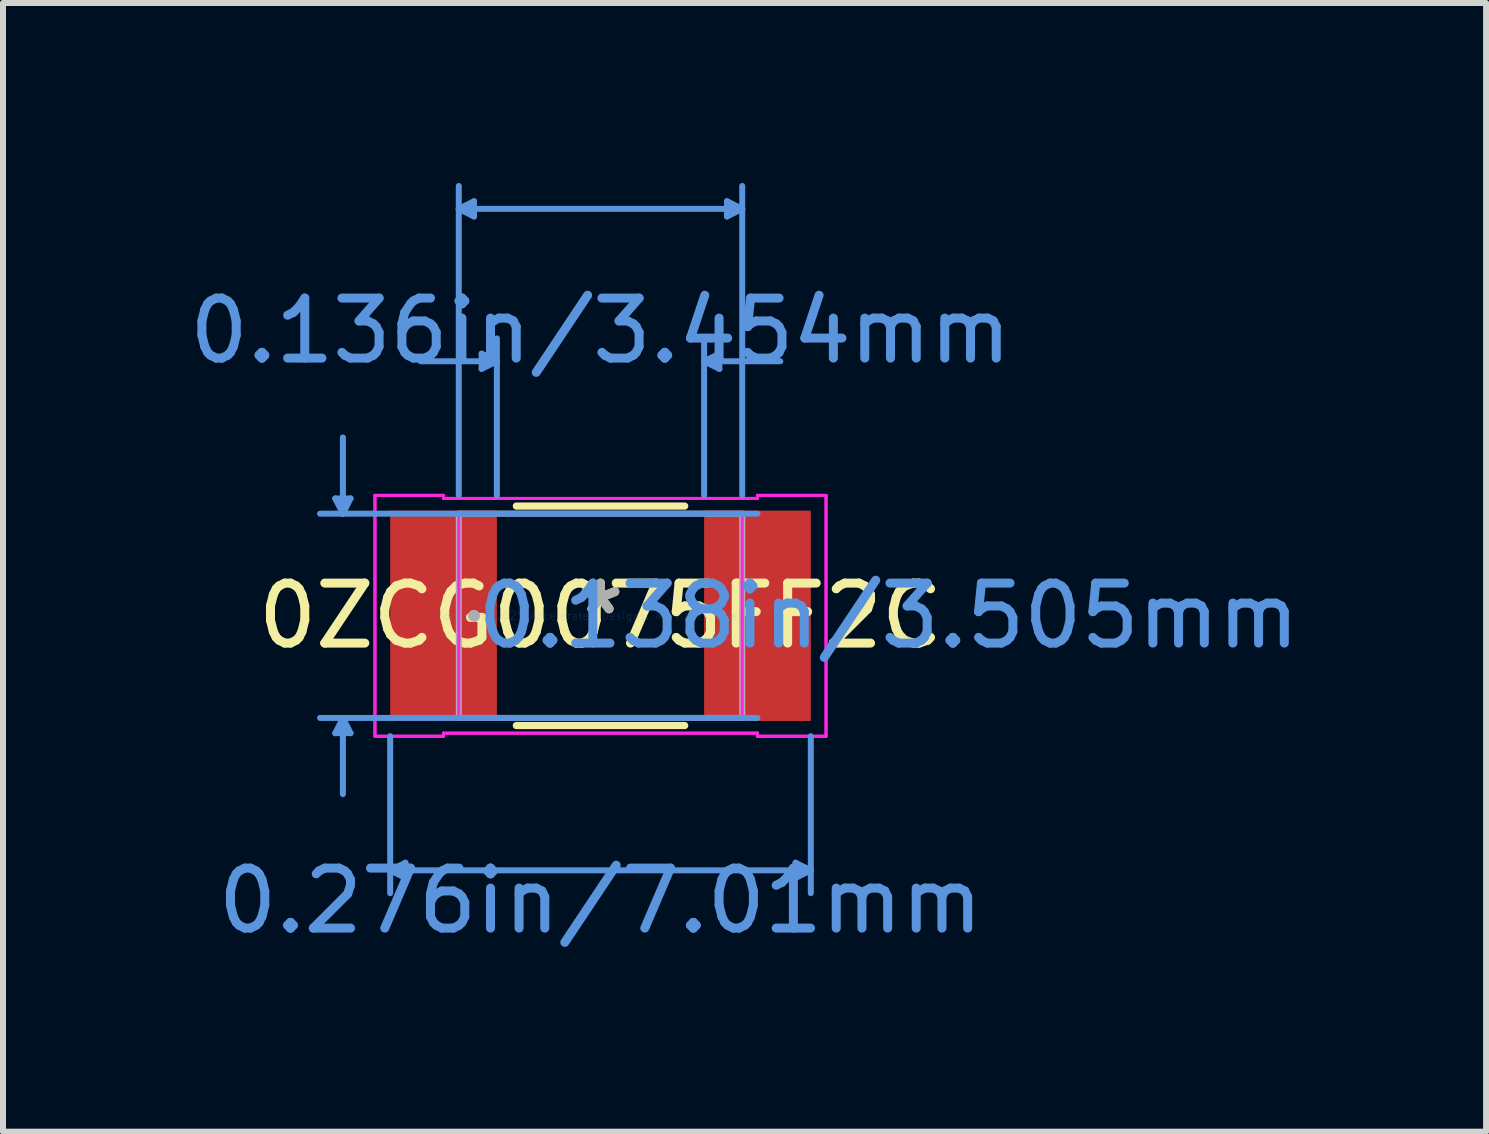
<source format=kicad_pcb>
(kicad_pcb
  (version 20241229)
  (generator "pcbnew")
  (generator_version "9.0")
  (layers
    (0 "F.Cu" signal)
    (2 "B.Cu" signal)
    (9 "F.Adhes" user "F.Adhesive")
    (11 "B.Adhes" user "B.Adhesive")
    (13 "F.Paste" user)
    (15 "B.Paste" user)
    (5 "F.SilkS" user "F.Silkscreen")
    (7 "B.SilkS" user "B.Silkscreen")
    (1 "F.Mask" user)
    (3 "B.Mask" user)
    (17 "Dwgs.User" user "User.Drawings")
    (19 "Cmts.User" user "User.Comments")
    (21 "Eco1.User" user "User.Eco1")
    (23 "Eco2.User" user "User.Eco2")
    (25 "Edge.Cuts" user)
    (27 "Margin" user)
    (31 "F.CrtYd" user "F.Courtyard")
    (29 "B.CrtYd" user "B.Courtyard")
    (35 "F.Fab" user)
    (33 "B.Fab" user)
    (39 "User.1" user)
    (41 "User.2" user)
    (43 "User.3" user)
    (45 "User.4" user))
  (footprint "0ZCG0075FF2C"
    (layer "F.Cu")
    (at 6.958 7.213)
    (property "Reference" "0ZCG0075FF2C" (at 0 0 0) (layer "F.SilkS") (effects (font (size 1 1) (thickness 0.15))))
    (attr through_hole)
    (fp_line (start -1.403 1.829) (end 1.403 1.829) (stroke (width 0.12) (type solid)) (layer "F.SilkS"))
    (fp_line (start 1.403 -1.829) (end -1.403 -1.829) (stroke (width 0.12) (type solid)) (layer "F.SilkS"))
    (fp_line (start -4.42 -1.956) (end -4.166 -1.956) (stroke (width 0.1) (type solid)) (layer "Cmts.User"))
    (fp_line (start -4.42 1.956) (end -4.166 1.956) (stroke (width 0.1) (type solid)) (layer "Cmts.User"))
    (fp_line (start -4.293 -1.702) (end -4.42 -1.956) (stroke (width 0.1) (type solid)) (layer "Cmts.User"))
    (fp_line (start -4.293 -1.702) (end -4.293 -2.972) (stroke (width 0.1) (type solid)) (layer "Cmts.User"))
    (fp_line (start -4.293 -1.702) (end -4.166 -1.956) (stroke (width 0.1) (type solid)) (layer "Cmts.User"))
    (fp_line (start -4.293 1.702) (end -4.42 1.956) (stroke (width 0.1) (type solid)) (layer "Cmts.User"))
    (fp_line (start -4.293 1.702) (end -4.293 2.972) (stroke (width 0.1) (type solid)) (layer "Cmts.User"))
    (fp_line (start -4.293 1.702) (end -4.166 1.956) (stroke (width 0.1) (type solid)) (layer "Cmts.User"))
    (fp_line (start -3.505 2.007) (end -3.505 4.623) (stroke (width 0.1) (type solid)) (layer "Cmts.User"))
    (fp_line (start -3.505 4.242) (end -3.251 4.115) (stroke (width 0.1) (type solid)) (layer "Cmts.User"))
    (fp_line (start -3.505 4.242) (end -3.251 4.369) (stroke (width 0.1) (type solid)) (layer "Cmts.User"))
    (fp_line (start -3.505 4.242) (end 3.505 4.242) (stroke (width 0.1) (type solid)) (layer "Cmts.User"))
    (fp_line (start -3.251 4.115) (end -3.251 4.369) (stroke (width 0.1) (type solid)) (layer "Cmts.User"))
    (fp_line (start -2.362 -6.782) (end -2.108 -6.909) (stroke (width 0.1) (type solid)) (layer "Cmts.User"))
    (fp_line (start -2.362 -6.782) (end -2.108 -6.655) (stroke (width 0.1) (type solid)) (layer "Cmts.User"))
    (fp_line (start -2.362 -6.782) (end 2.362 -6.782) (stroke (width 0.1) (type solid)) (layer "Cmts.User"))
    (fp_line (start -2.362 -2.007) (end -2.362 -7.163) (stroke (width 0.1) (type solid)) (layer "Cmts.User"))
    (fp_line (start -2.108 -6.909) (end -2.108 -6.655) (stroke (width 0.1) (type solid)) (layer "Cmts.User"))
    (fp_line (start -1.981 -4.369) (end -1.981 -4.115) (stroke (width 0.1) (type solid)) (layer "Cmts.User"))
    (fp_line (start -1.727 -4.242) (end -2.997 -4.242) (stroke (width 0.1) (type solid)) (layer "Cmts.User"))
    (fp_line (start -1.727 -4.242) (end -1.981 -4.369) (stroke (width 0.1) (type solid)) (layer "Cmts.User"))
    (fp_line (start -1.727 -4.242) (end -1.981 -4.115) (stroke (width 0.1) (type solid)) (layer "Cmts.User"))
    (fp_line (start -1.727 -2.007) (end -1.727 -4.623) (stroke (width 0.1) (type solid)) (layer "Cmts.User"))
    (fp_line (start 1.727 -4.242) (end 1.981 -4.369) (stroke (width 0.1) (type solid)) (layer "Cmts.User"))
    (fp_line (start 1.727 -4.242) (end 1.981 -4.115) (stroke (width 0.1) (type solid)) (layer "Cmts.User"))
    (fp_line (start 1.727 -4.242) (end 2.997 -4.242) (stroke (width 0.1) (type solid)) (layer "Cmts.User"))
    (fp_line (start 1.727 -2.007) (end 1.727 -4.623) (stroke (width 0.1) (type solid)) (layer "Cmts.User"))
    (fp_line (start 1.981 -4.369) (end 1.981 -4.115) (stroke (width 0.1) (type solid)) (layer "Cmts.User"))
    (fp_line (start 2.108 -6.909) (end 2.108 -6.655) (stroke (width 0.1) (type solid)) (layer "Cmts.User"))
    (fp_line (start 2.362 -6.782) (end 2.108 -6.909) (stroke (width 0.1) (type solid)) (layer "Cmts.User"))
    (fp_line (start 2.362 -6.782) (end 2.108 -6.655) (stroke (width 0.1) (type solid)) (layer "Cmts.User"))
    (fp_line (start 2.362 -2.007) (end 2.362 -7.163) (stroke (width 0.1) (type solid)) (layer "Cmts.User"))
    (fp_line (start 2.616 -1.702) (end -4.674 -1.702) (stroke (width 0.1) (type solid)) (layer "Cmts.User"))
    (fp_line (start 2.616 1.702) (end -4.674 1.702) (stroke (width 0.1) (type solid)) (layer "Cmts.User"))
    (fp_line (start 3.251 4.115) (end 3.251 4.369) (stroke (width 0.1) (type solid)) (layer "Cmts.User"))
    (fp_line (start 3.505 2.007) (end 3.505 4.623) (stroke (width 0.1) (type solid)) (layer "Cmts.User"))
    (fp_line (start 3.505 4.242) (end 3.251 4.115) (stroke (width 0.1) (type solid)) (layer "Cmts.User"))
    (fp_line (start 3.505 4.242) (end 3.251 4.369) (stroke (width 0.1) (type solid)) (layer "Cmts.User"))
    (fp_line (start -3.759 -2.007) (end -2.616 -2.007) (stroke (width 0.05) (type solid)) (layer "F.CrtYd"))
    (fp_line (start -3.759 -2.007) (end -2.616 -2.007) (stroke (width 0.05) (type solid)) (layer "F.CrtYd"))
    (fp_line (start -3.759 2.007) (end -3.759 -2.007) (stroke (width 0.05) (type solid)) (layer "F.CrtYd"))
    (fp_line (start -3.759 2.007) (end -3.759 -2.007) (stroke (width 0.05) (type solid)) (layer "F.CrtYd"))
    (fp_line (start -3.759 2.007) (end -2.616 2.007) (stroke (width 0.05) (type solid)) (layer "F.CrtYd"))
    (fp_line (start -2.616 -2.007) (end -2.616 -1.956) (stroke (width 0.05) (type solid)) (layer "F.CrtYd"))
    (fp_line (start -2.616 -2.007) (end -2.616 -1.956) (stroke (width 0.05) (type solid)) (layer "F.CrtYd"))
    (fp_line (start -2.616 -1.956) (end 2.616 -1.956) (stroke (width 0.05) (type solid)) (layer "F.CrtYd"))
    (fp_line (start -2.616 -1.956) (end 2.616 -1.956) (stroke (width 0.05) (type solid)) (layer "F.CrtYd"))
    (fp_line (start -2.616 1.956) (end -2.616 2.007) (stroke (width 0.05) (type solid)) (layer "F.CrtYd"))
    (fp_line (start -2.616 1.956) (end 2.616 1.956) (stroke (width 0.05) (type solid)) (layer "F.CrtYd"))
    (fp_line (start -2.616 2.007) (end -3.759 2.007) (stroke (width 0.05) (type solid)) (layer "F.CrtYd"))
    (fp_line (start -2.616 2.007) (end -2.616 1.956) (stroke (width 0.05) (type solid)) (layer "F.CrtYd"))
    (fp_line (start -2.362 -1.702) (end 2.362 -1.702) (stroke (width 0.05) (type solid)) (layer "F.CrtYd"))
    (fp_line (start -2.362 1.702) (end -2.362 -1.702) (stroke (width 0.05) (type solid)) (layer "F.CrtYd"))
    (fp_line (start 2.362 -1.702) (end 2.362 1.702) (stroke (width 0.05) (type solid)) (layer "F.CrtYd"))
    (fp_line (start 2.362 1.702) (end -2.362 1.702) (stroke (width 0.05) (type solid)) (layer "F.CrtYd"))
    (fp_line (start 2.616 -2.007) (end 3.759 -2.007) (stroke (width 0.05) (type solid)) (layer "F.CrtYd"))
    (fp_line (start 2.616 -2.007) (end 3.759 -2.007) (stroke (width 0.05) (type solid)) (layer "F.CrtYd"))
    (fp_line (start 2.616 -1.956) (end 2.616 -2.007) (stroke (width 0.05) (type solid)) (layer "F.CrtYd"))
    (fp_line (start 2.616 -1.956) (end 2.616 -2.007) (stroke (width 0.05) (type solid)) (layer "F.CrtYd"))
    (fp_line (start 2.616 1.956) (end -2.616 1.956) (stroke (width 0.05) (type solid)) (layer "F.CrtYd"))
    (fp_line (start 2.616 1.956) (end 2.616 1.956) (stroke (width 0.05) (type solid)) (layer "F.CrtYd"))
    (fp_line (start 2.616 1.956) (end 2.616 2.007) (stroke (width 0.05) (type solid)) (layer "F.CrtYd"))
    (fp_line (start 2.616 2.007) (end 2.616 1.956) (stroke (width 0.05) (type solid)) (layer "F.CrtYd"))
    (fp_line (start 2.616 2.007) (end 3.759 2.007) (stroke (width 0.05) (type solid)) (layer "F.CrtYd"))
    (fp_line (start 3.759 -2.007) (end 3.759 2.007) (stroke (width 0.05) (type solid)) (layer "F.CrtYd"))
    (fp_line (start 3.759 -2.007) (end 3.759 2.007) (stroke (width 0.05) (type solid)) (layer "F.CrtYd"))
    (fp_line (start 3.759 2.007) (end 2.616 2.007) (stroke (width 0.05) (type solid)) (layer "F.CrtYd"))
    (fp_line (start -2.362 -1.702) (end -2.362 1.702) (stroke (width 0.1) (type solid)) (layer "F.Fab"))
    (fp_line (start -2.362 1.702) (end 2.362 1.702) (stroke (width 0.1) (type solid)) (layer "F.Fab"))
    (fp_line (start 2.362 -1.702) (end -2.362 -1.702) (stroke (width 0.1) (type solid)) (layer "F.Fab"))
    (fp_line (start 2.362 1.702) (end 2.362 -1.702) (stroke (width 0.1) (type solid)) (layer "F.Fab"))
    (fp_circle (center -2.108 0) (end -2.108 0) (stroke (width 0.1) (type solid)) (fill no) (layer "F.Fab"))
    (fp_text user "*" (at 0 0 0) (layer "F.SilkS") (effects (font (size 1 1) (thickness 0.15))))
    (fp_text user "0.276in/7.01mm" (at 0 4.75 0) (layer "Cmts.User") (effects (font (size 1 1) (thickness 0.15))))
    (fp_text user "0.138in/3.505mm" (at 4.801 0 0) (layer "Cmts.User") (effects (font (size 1 1) (thickness 0.15))))
    (fp_text user "Copyright 2021 Accelerated Designs. All rights reserved." (at 0 0 0) (layer "Cmts.User") (effects (font (size 0.127 0.127) (thickness 0.002))))
    (fp_text user "0.136in/3.454mm" (at 0 -4.75 0) (layer "Cmts.User") (effects (font (size 1 1) (thickness 0.15))))
    (fp_text user "*" (at 0 0 0) (layer "F.Fab") (effects (font (size 1 1) (thickness 0.15))))
    (pad "1" smd rect (at -2.616 0) (size 1.778 3.505) (layers "F.Cu" "F.Mask" "F.Paste"))
    (pad "2" smd rect (at 2.616 0) (size 1.778 3.505) (layers "F.Cu" "F.Mask" "F.Paste")))
  (gr_rect
    (start -3 -3)
    (end 21.717 15.811)
    (stroke (width 0.1) (type default))
    (fill no)
    (layer "Edge.Cuts")))
</source>
